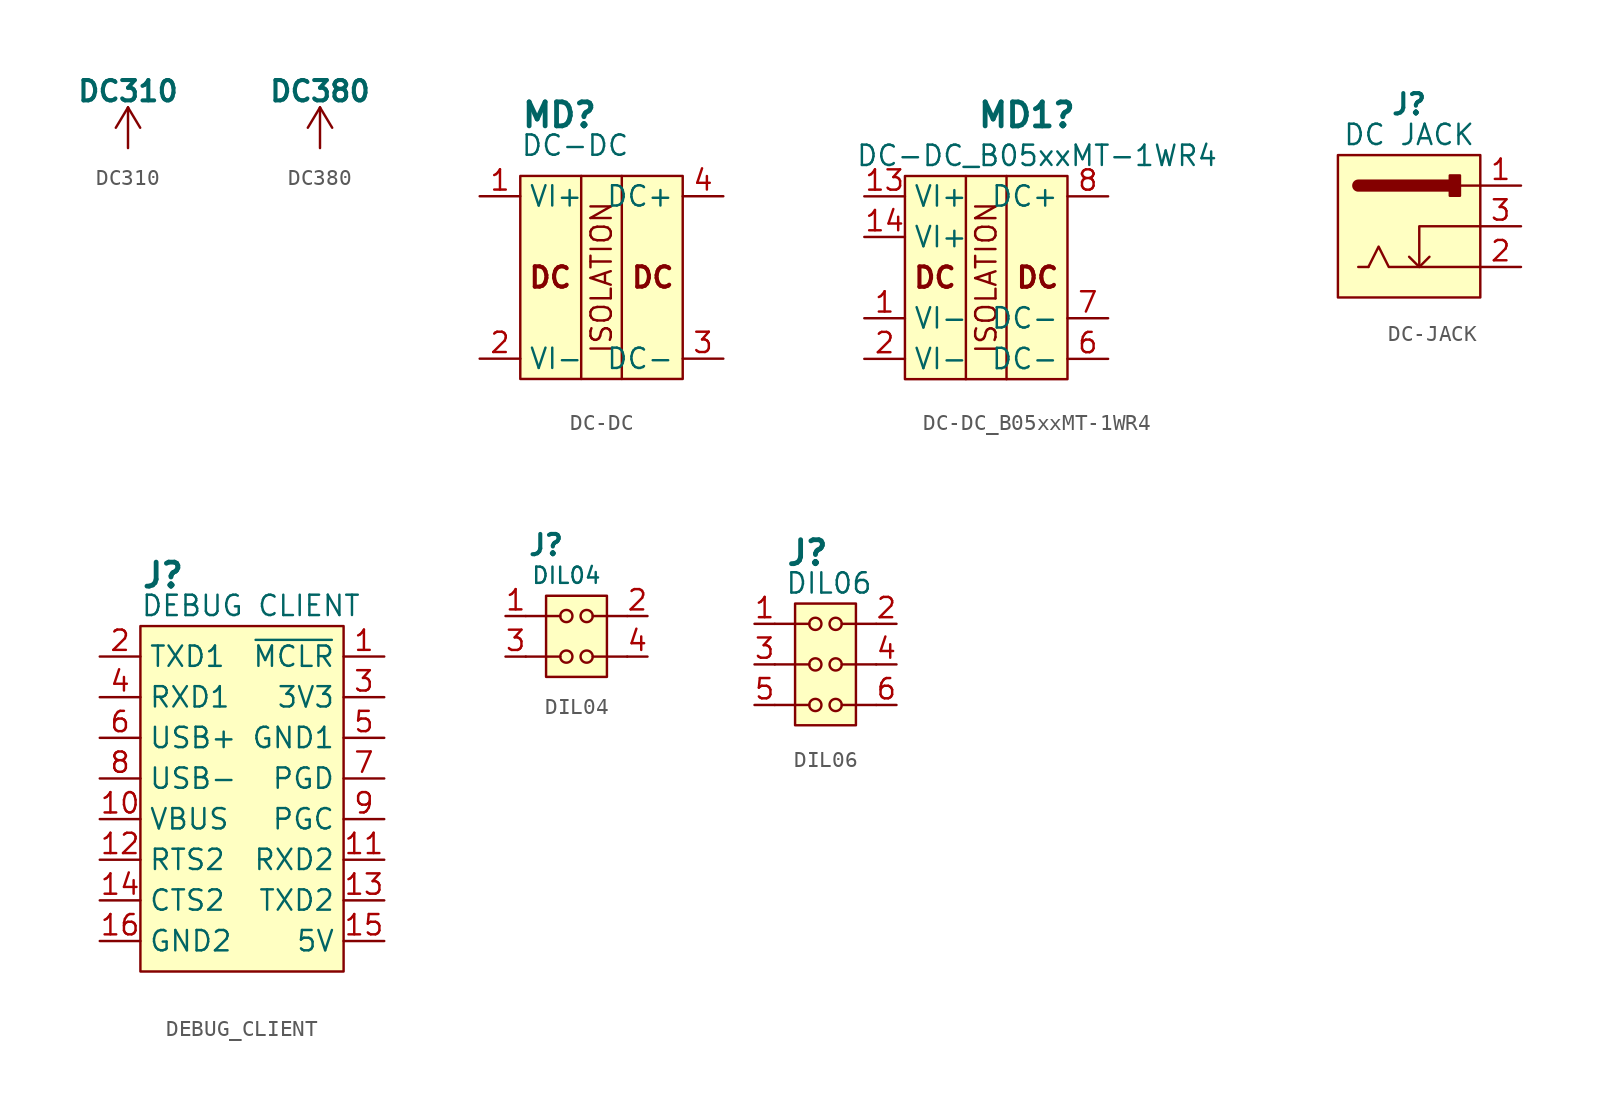
<source format=kicad_sym>
(kicad_symbol_lib
  (version 20231120)
  (generator "kicad_symbol_editor")
  (generator_version "8.0")
  (symbol "DC310"
    (power)
    (pin_names
      (offset 0))
    (property "Reference" "#PWR"
      (at 0 -3.81 0)
      (effects (font (size 1.27 1.27)) (hide yes)))
    (property "Value" "DC310"
      (at 0 3.556 0)
      (effects (font (size 1.27 1.27) (bold yes))))
    (symbol "DC310_0_1"
      (polyline (pts (xy -0.762 1.27) (xy 0 2.54)) (stroke (width 0) (type solid)) (fill (type none)))
      (polyline (pts (xy 0 0) (xy 0 2.54)) (stroke (width 0) (type solid)) (fill (type none)))
      (polyline (pts (xy 0 2.54) (xy 0.762 1.27)) (stroke (width 0) (type solid)) (fill (type none))))
    (symbol "DC310_1_1"
      (pin power_in line (at 0 0 90) (length 0) hide (name "DC310" (effects (font (size 1.27 1.27)))) (number "1" (effects (font (size 1.27 1.27)))))))
  (symbol "DC380"
    (power)
    (pin_names
      (offset 0))
    (property "Reference" "#PWR"
      (at 0 -3.81 0)
      (effects (font (size 1.27 1.27)) (hide yes)))
    (property "Value" "DC380"
      (at 0 3.556 0)
      (effects (font (size 1.27 1.27) (bold yes))))
    (symbol "DC380_0_1"
      (polyline (pts (xy -0.762 1.27) (xy 0 2.54)) (stroke (width 0) (type solid)) (fill (type none)))
      (polyline (pts (xy 0 0) (xy 0 2.54)) (stroke (width 0) (type solid)) (fill (type none)))
      (polyline (pts (xy 0 2.54) (xy 0.762 1.27)) (stroke (width 0) (type solid)) (fill (type none))))
    (symbol "DC380_1_1"
      (pin power_in line (at 0 0 90) (length 0) hide (name "DC380" (effects (font (size 1.27 1.27)))) (number "1" (effects (font (size 1.27 1.27)))))))
  (symbol "DC-DC"
    (property "Reference" "MD"
      (at 0 0 0)
      (effects (font (size 1.5 1.5) (bold yes)) (justify left)))
    (property "Value" "DC-DC"
      (at 0 -1.905 0)
      (effects (font (size 1.27 1.27)) (justify left)))
    (symbol "DC-DC_0_1"
      (polyline (pts (xy 3.81 -3.81) (xy 3.81 -16.51)) (stroke (width 0) (type default)) (fill (type none)))
      (polyline (pts (xy 6.35 -3.81) (xy 6.35 -16.51)) (stroke (width 0) (type default)) (fill (type none))))
    (symbol "DC-DC_1_1"
      (rectangle (start 0 -3.81) (end 10.16 -16.51) (stroke (width 0) (type default)) (fill (type background)))
      (text "DC    DC" (at 5.08 -10.16 0) (effects (font (size 1.27 1.27) (bold yes))))
      (text "ISOLATION" (at 5.08 -10.16 900) (effects (font (size 1.27 1.27))))
      (pin power_in line (at -2.54 -5.08 0) (length 2.54) (name "VI+" (effects (font (size 1.27 1.27)))) (number "1" (effects (font (size 1.27 1.27)))))
      (pin power_in line (at -2.54 -15.24 0) (length 2.54) (name "VI-" (effects (font (size 1.27 1.27)))) (number "2" (effects (font (size 1.27 1.27)))))
      (pin power_out line (at 12.7 -15.24 180) (length 2.54) (name "DC-" (effects (font (size 1.27 1.27)))) (number "3" (effects (font (size 1.27 1.27)))))
      (pin power_out line (at 12.7 -5.08 180) (length 2.54) (name "DC+" (effects (font (size 1.27 1.27)))) (number "4" (effects (font (size 1.27 1.27)))))))
  (symbol "DC-DC_B05xxMT-1WR4"
    (property "Reference" "MD1"
      (at 7.62 0 0)
      (effects (font (size 1.5 1.5) (bold yes))))
    (property "Value" "DC-DC_B05xxMT-1WR4"
      (at 8.255 -2.54 0)
      (effects (font (size 1.27 1.27))))
    (symbol "DC-DC_B05xxMT-1WR4_0_1"
      (polyline (pts (xy 3.81 -3.81) (xy 3.81 -16.51)) (stroke (width 0) (type default)) (fill (type none)))
      (polyline (pts (xy 6.35 -3.81) (xy 6.35 -16.51)) (stroke (width 0) (type default)) (fill (type none))))
    (symbol "DC-DC_B05xxMT-1WR4_1_1"
      (rectangle (start 0 -3.81) (end 10.16 -16.51) (stroke (width 0) (type default)) (fill (type background)))
      (text "DC    DC" (at 5.08 -10.16 0) (effects (font (size 1.27 1.27) (bold yes))))
      (text "ISOLATION" (at 5.08 -10.16 900) (effects (font (size 1.27 1.27))))
      (pin power_in line (at -2.54 -12.7 0) (length 2.54) (name "VI-" (effects (font (size 1.27 1.27)))) (number "1" (effects (font (size 1.27 1.27)))))
      (pin power_in line (at -2.54 -5.08 0) (length 2.54) (name "VI+" (effects (font (size 1.27 1.27)))) (number "13" (effects (font (size 1.27 1.27)))))
      (pin power_in line (at -2.54 -7.62 0) (length 2.54) (name "VI+" (effects (font (size 1.27 1.27)))) (number "14" (effects (font (size 1.27 1.27)))))
      (pin power_in line (at -2.54 -15.24 0) (length 2.54) (name "VI-" (effects (font (size 1.27 1.27)))) (number "2" (effects (font (size 1.27 1.27)))))
      (pin power_out line (at 12.7 -15.24 180) (length 2.54) (name "DC-" (effects (font (size 1.27 1.27)))) (number "6" (effects (font (size 1.27 1.27)))))
      (pin power_out line (at 12.7 -12.7 180) (length 2.54) (name "DC-" (effects (font (size 1.27 1.27)))) (number "7" (effects (font (size 1.27 1.27)))))
      (pin power_out line (at 12.7 -5.08 180) (length 2.54) (name "DC+" (effects (font (size 1.27 1.27)))) (number "8" (effects (font (size 1.27 1.27)))))))
  (symbol "DC-JACK"
    (pin_names hide)
    (property "Reference" "J"
      (at 0 0 0)
      (effects (font (size 1.27 1.27) (bold yes))))
    (property "Value" "DC JACK"
      (at 0 -1.905 0)
      (effects (font (size 1.27 1.27))))
    (symbol "DC-JACK_1_0"
      (pin passive line (at 6.985 -5.08 180) (length 2.54) (name "1" (effects (font (size 1.27 1.27)))) (number "1" (effects (font (size 1.27 1.27)))))
      (pin passive line (at 6.985 -10.16 180) (length 2.54) (name "2" (effects (font (size 1.27 1.27)))) (number "2" (effects (font (size 1.27 1.27)))))
      (pin passive line (at 6.985 -7.62 180) (length 2.54) (name "3" (effects (font (size 1.27 1.27)))) (number "3" (effects (font (size 1.27 1.27))))))
    (symbol "DC-JACK_1_1"
      (rectangle (start -4.445 -3.175) (end 4.445 -12.065) (stroke (width 0) (type default)) (fill (type background)))
      (polyline (pts (xy -2.54 -10.16) (xy -3.175 -10.16)) (stroke (width 0) (type default)) (fill (type none)))
      (polyline (pts (xy 2.54 -5.08) (xy -3.175 -5.08)) (stroke (width 0.762) (type default)) (fill (type none)))
      (polyline (pts (xy 4.445 -5.08) (xy 3.175 -5.08)) (stroke (width 0) (type default)) (fill (type none)))
      (polyline (pts (xy 0 -9.525) (xy 0.635 -10.16) (xy 1.27 -9.525)) (stroke (width 0) (type default)) (fill (type none)))
      (polyline (pts (xy 4.445 -7.62) (xy 0.635 -7.62) (xy 0.635 -10.16)) (stroke (width 0) (type default)) (fill (type none)))
      (polyline (pts (xy 4.445 -10.16) (xy -1.27 -10.16) (xy -1.905 -8.89) (xy -2.54 -10.16)) (stroke (width 0) (type default)) (fill (type none)))
      (rectangle (start 2.54 -4.445) (end 3.175 -5.715) (stroke (width 0) (type default)) (fill (type outline)))))
  (symbol "DEBUG_CLIENT"
    (property "Reference" "J"
      (at 0 0 0)
      (effects (font (size 1.5 1.5) (bold yes)) (justify left)))
    (property "Value" "DEBUG CLIENT"
      (at 0 -1.905 0)
      (effects (font (size 1.27 1.27)) (justify left)))
    (symbol "DEBUG_CLIENT_1_1"
      (rectangle (start 0 -3.175) (end 12.7 -24.765) (stroke (width 0) (type default)) (fill (type background)))
      (pin input line (at 15.24 -5.08 180) (length 2.54) (name "~{MCLR}" (effects (font (size 1.27 1.27)))) (number "1" (effects (font (size 1.27 1.27)))))
      (pin input line (at -2.54 -15.24 0) (length 2.54) (name "VBUS" (effects (font (size 1.27 1.27)))) (number "10" (effects (font (size 1.27 1.27)))))
      (pin input line (at 15.24 -17.78 180) (length 2.54) (name "RXD2" (effects (font (size 1.27 1.27)))) (number "11" (effects (font (size 1.27 1.27)))))
      (pin output line (at -2.54 -17.78 0) (length 2.54) (name "RTS2" (effects (font (size 1.27 1.27)))) (number "12" (effects (font (size 1.27 1.27)))))
      (pin output line (at 15.24 -20.32 180) (length 2.54) (name "TXD2" (effects (font (size 1.27 1.27)))) (number "13" (effects (font (size 1.27 1.27)))))
      (pin input line (at -2.54 -20.32 0) (length 2.54) (name "CTS2" (effects (font (size 1.27 1.27)))) (number "14" (effects (font (size 1.27 1.27)))))
      (pin power_out line (at 15.24 -22.86 180) (length 2.54) (name "5V" (effects (font (size 1.27 1.27)))) (number "15" (effects (font (size 1.27 1.27)))))
      (pin power_out line (at -2.54 -22.86 0) (length 2.54) (name "GND2" (effects (font (size 1.27 1.27)))) (number "16" (effects (font (size 1.27 1.27)))))
      (pin output line (at -2.54 -5.08 0) (length 2.54) (name "TXD1" (effects (font (size 1.27 1.27)))) (number "2" (effects (font (size 1.27 1.27)))))
      (pin power_out line (at 15.24 -7.62 180) (length 2.54) (name "3V3" (effects (font (size 1.27 1.27)))) (number "3" (effects (font (size 1.27 1.27)))))
      (pin input line (at -2.54 -7.62 0) (length 2.54) (name "RXD1" (effects (font (size 1.27 1.27)))) (number "4" (effects (font (size 1.27 1.27)))))
      (pin power_out line (at 15.24 -10.16 180) (length 2.54) (name "GND1" (effects (font (size 1.27 1.27)))) (number "5" (effects (font (size 1.27 1.27)))))
      (pin bidirectional line (at -2.54 -10.16 0) (length 2.54) (name "USB+" (effects (font (size 1.27 1.27)))) (number "6" (effects (font (size 1.27 1.27)))))
      (pin bidirectional line (at 15.24 -12.7 180) (length 2.54) (name "PGD" (effects (font (size 1.27 1.27)))) (number "7" (effects (font (size 1.27 1.27)))))
      (pin bidirectional line (at -2.54 -12.7 0) (length 2.54) (name "USB-" (effects (font (size 1.27 1.27)))) (number "8" (effects (font (size 1.27 1.27)))))
      (pin input line (at 15.24 -15.24 180) (length 2.54) (name "PGC" (effects (font (size 1.27 1.27)))) (number "9" (effects (font (size 1.27 1.27)))))))
  (symbol "DIL04"
    (pin_names hide)
    (property "Reference" "J"
      (at 0 0 0)
      (effects (font (size 1.27 1.27) (bold yes))))
    (property "Value" "DIL04"
      (at 1.27 -1.905 0)
      (effects (font (size 1.016 1.016))))
    (symbol "DIL04_0_0"
      (polyline (pts (xy -1.27 -6.985) (xy 0.889 -6.985)) (stroke (width 0) (type default)) (fill (type none)))
      (polyline (pts (xy -1.27 -4.445) (xy 0.889 -4.445)) (stroke (width 0) (type default)) (fill (type none)))
      (polyline (pts (xy 5.08 -6.985) (xy 2.921 -6.985)) (stroke (width 0) (type default)) (fill (type none)))
      (polyline (pts (xy 5.08 -4.445) (xy 2.921 -4.445)) (stroke (width 0) (type default)) (fill (type none))))
    (symbol "DIL04_1_0"
      (rectangle (start 0 -3.175) (end 3.81 -8.255) (stroke (width 0) (type default)) (fill (type background)))
      (circle (center 1.27 -6.985) (radius 0.381) (stroke (width 0) (type default)) (fill (type none)))
      (circle (center 1.27 -4.445) (radius 0.381) (stroke (width 0) (type default)) (fill (type none)))
      (circle (center 2.54 -6.985) (radius 0.381) (stroke (width 0) (type default)) (fill (type none)))
      (circle (center 2.54 -4.445) (radius 0.381) (stroke (width 0) (type default)) (fill (type none)))
      (pin passive line (at -2.54 -4.445 0) (length 1.27) (name "1" (effects (font (size 1.27 1.27)))) (number "1" (effects (font (size 1.27 1.27)))))
      (pin passive line (at 6.35 -4.445 180) (length 1.27) (name "2" (effects (font (size 1.27 1.27)))) (number "2" (effects (font (size 1.27 1.27)))))
      (pin passive line (at -2.54 -6.985 0) (length 1.27) (name "3" (effects (font (size 1.27 1.27)))) (number "3" (effects (font (size 1.27 1.27)))))
      (pin passive line (at 6.35 -6.985 180) (length 1.27) (name "4" (effects (font (size 1.27 1.27)))) (number "4" (effects (font (size 1.27 1.27)))))))
  (symbol "DIL06"
    (pin_names hide)
    (property "Reference" "J"
      (at -0.635 1.905 0)
      (effects (font (size 1.5 1.5) (bold yes)) (justify left)))
    (property "Value" "DIL06"
      (at -0.635 0 0)
      (effects (font (size 1.27 1.27)) (justify left)))
    (symbol "DIL06_0_0"
      (polyline (pts (xy -1.27 -7.62) (xy 0.889 -7.62)) (stroke (width 0) (type default)) (fill (type none)))
      (polyline (pts (xy -1.27 -5.08) (xy 0.889 -5.08)) (stroke (width 0) (type default)) (fill (type none)))
      (polyline (pts (xy -1.27 -2.54) (xy 0.889 -2.54)) (stroke (width 0) (type default)) (fill (type none)))
      (polyline (pts (xy 5.08 -7.62) (xy 2.921 -7.62)) (stroke (width 0) (type default)) (fill (type none)))
      (polyline (pts (xy 5.08 -5.08) (xy 2.921 -5.08)) (stroke (width 0) (type default)) (fill (type none)))
      (polyline (pts (xy 5.08 -2.54) (xy 2.921 -2.54)) (stroke (width 0) (type default)) (fill (type none))))
    (symbol "DIL06_1_0"
      (rectangle (start 0 -1.27) (end 3.81 -8.89) (stroke (width 0) (type default)) (fill (type background)))
      (circle (center 1.27 -7.62) (radius 0.381) (stroke (width 0) (type default)) (fill (type none)))
      (circle (center 1.27 -5.08) (radius 0.381) (stroke (width 0) (type default)) (fill (type none)))
      (circle (center 1.27 -2.54) (radius 0.381) (stroke (width 0) (type default)) (fill (type none)))
      (circle (center 2.54 -7.62) (radius 0.381) (stroke (width 0) (type default)) (fill (type none)))
      (circle (center 2.54 -5.08) (radius 0.381) (stroke (width 0) (type default)) (fill (type none)))
      (circle (center 2.54 -2.54) (radius 0.381) (stroke (width 0) (type default)) (fill (type none)))
      (pin passive line (at -2.54 -2.54 0) (length 1.27) (name "1" (effects (font (size 1.27 1.27)))) (number "1" (effects (font (size 1.27 1.27)))))
      (pin passive line (at 6.35 -2.54 180) (length 1.27) (name "2" (effects (font (size 1.27 1.27)))) (number "2" (effects (font (size 1.27 1.27)))))
      (pin passive line (at -2.54 -5.08 0) (length 1.27) (name "3" (effects (font (size 1.27 1.27)))) (number "3" (effects (font (size 1.27 1.27)))))
      (pin passive line (at 6.35 -5.08 180) (length 1.27) (name "4" (effects (font (size 1.27 1.27)))) (number "4" (effects (font (size 1.27 1.27)))))
      (pin passive line (at -2.54 -7.62 0) (length 1.27) (name "5" (effects (font (size 1.27 1.27)))) (number "5" (effects (font (size 1.27 1.27)))))
      (pin passive line (at 6.35 -7.62 180) (length 1.27) (name "6" (effects (font (size 1.27 1.27)))) (number "6" (effects (font (size 1.27 1.27))))))))
</source>
